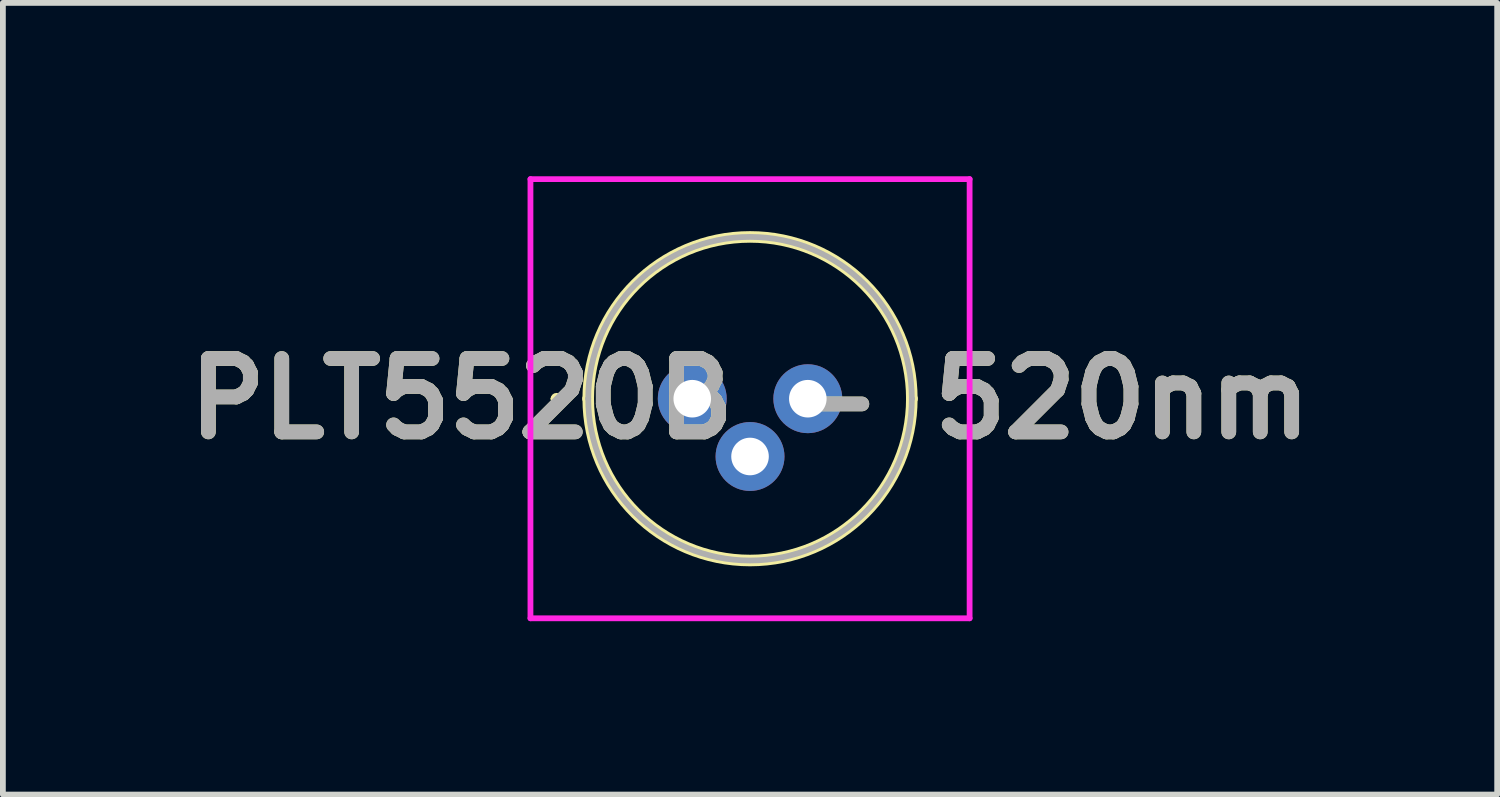
<source format=kicad_pcb>
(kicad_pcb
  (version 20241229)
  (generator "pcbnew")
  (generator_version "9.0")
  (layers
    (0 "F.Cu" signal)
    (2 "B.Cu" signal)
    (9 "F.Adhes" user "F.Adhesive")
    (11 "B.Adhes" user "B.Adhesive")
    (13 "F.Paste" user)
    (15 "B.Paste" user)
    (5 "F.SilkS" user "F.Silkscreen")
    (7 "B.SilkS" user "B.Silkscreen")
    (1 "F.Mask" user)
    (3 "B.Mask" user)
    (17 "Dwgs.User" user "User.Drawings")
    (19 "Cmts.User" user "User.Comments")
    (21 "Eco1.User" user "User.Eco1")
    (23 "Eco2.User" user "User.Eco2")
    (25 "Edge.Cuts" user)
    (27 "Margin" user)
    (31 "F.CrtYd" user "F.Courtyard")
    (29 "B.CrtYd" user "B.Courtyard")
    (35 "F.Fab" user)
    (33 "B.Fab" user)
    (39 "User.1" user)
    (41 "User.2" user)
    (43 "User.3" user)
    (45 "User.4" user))
  (footprint "PLT5520B - 520nm"
    (layer "F.Cu")
    (at 8.93 3.85)
    (property "Reference" "PLT5520B - 520nm" (at 1 0 0) (layer "F.SilkS") (effects (font (size 1.27 1.27) (thickness 0.254))))
    (attr through_hole)
    (fp_line (start -2.4 0) (end -2.4 0) (stroke (width 0.1) (type solid)) (layer "F.SilkS"))
    (fp_line (start -2.3 0) (end -2.3 0) (stroke (width 0.1) (type solid)) (layer "F.SilkS"))
    (fp_line (start -1.8 0) (end -1.8 0) (stroke (width 0.2) (type solid)) (layer "F.SilkS"))
    (fp_line (start 3.8 0) (end 3.8 0) (stroke (width 0.2) (type solid)) (layer "F.SilkS"))
    (fp_arc (start -2.4 0) (mid -2.35 -0.05) (end -2.3 0) (stroke (width 0.1) (type solid)) (layer "F.SilkS"))
    (fp_arc (start -2.3 0) (mid -2.35 0.05) (end -2.4 0) (stroke (width 0.1) (type solid)) (layer "F.SilkS"))
    (fp_arc (start -1.8 0) (mid 1 -2.8) (end 3.8 0) (stroke (width 0.2) (type solid)) (layer "F.SilkS"))
    (fp_arc (start 3.8 0) (mid 1 2.8) (end -1.8 0) (stroke (width 0.2) (type solid)) (layer "F.SilkS"))
    (fp_line (start -2.8 -3.8) (end -2.8 3.8) (stroke (width 0.1) (type solid)) (layer "F.CrtYd"))
    (fp_line (start -2.8 3.8) (end 4.8 3.8) (stroke (width 0.1) (type solid)) (layer "F.CrtYd"))
    (fp_line (start 4.8 -3.8) (end -2.8 -3.8) (stroke (width 0.1) (type solid)) (layer "F.CrtYd"))
    (fp_line (start 4.8 3.8) (end 4.8 -3.8) (stroke (width 0.1) (type solid)) (layer "F.CrtYd"))
    (fp_line (start -1.8 0) (end -1.8 0) (stroke (width 0.1) (type solid)) (layer "F.Fab"))
    (fp_line (start 3.8 0) (end 3.8 0) (stroke (width 0.1) (type solid)) (layer "F.Fab"))
    (fp_arc (start -1.8 0) (mid 1 -2.8) (end 3.8 0) (stroke (width 0.1) (type solid)) (layer "F.Fab"))
    (fp_arc (start 3.8 0) (mid 1 2.8) (end -1.8 0) (stroke (width 0.1) (type solid)) (layer "F.Fab"))
    (fp_text user "${REFERENCE}" (at 1 0 0) (layer "F.Fab") (effects (font (size 1.27 1.27) (thickness 0.254))))
    (pad "1" thru_hole circle (at 0 0) (size 1.192 1.192) (drill 0.65) (layers "*.Cu" "*.Mask"))
    (pad "2" thru_hole circle (at 1 1) (size 1.192 1.192) (drill 0.65) (layers "*.Cu" "*.Mask"))
    (pad "3" thru_hole circle (at 2 0) (size 1.192 1.192) (drill 0.65) (layers "*.Cu" "*.Mask")))
  (gr_rect
    (start -3 -3)
    (end 22.86 10.7)
    (stroke (width 0.1) (type default))
    (fill no)
    (layer "Edge.Cuts")))
</source>
